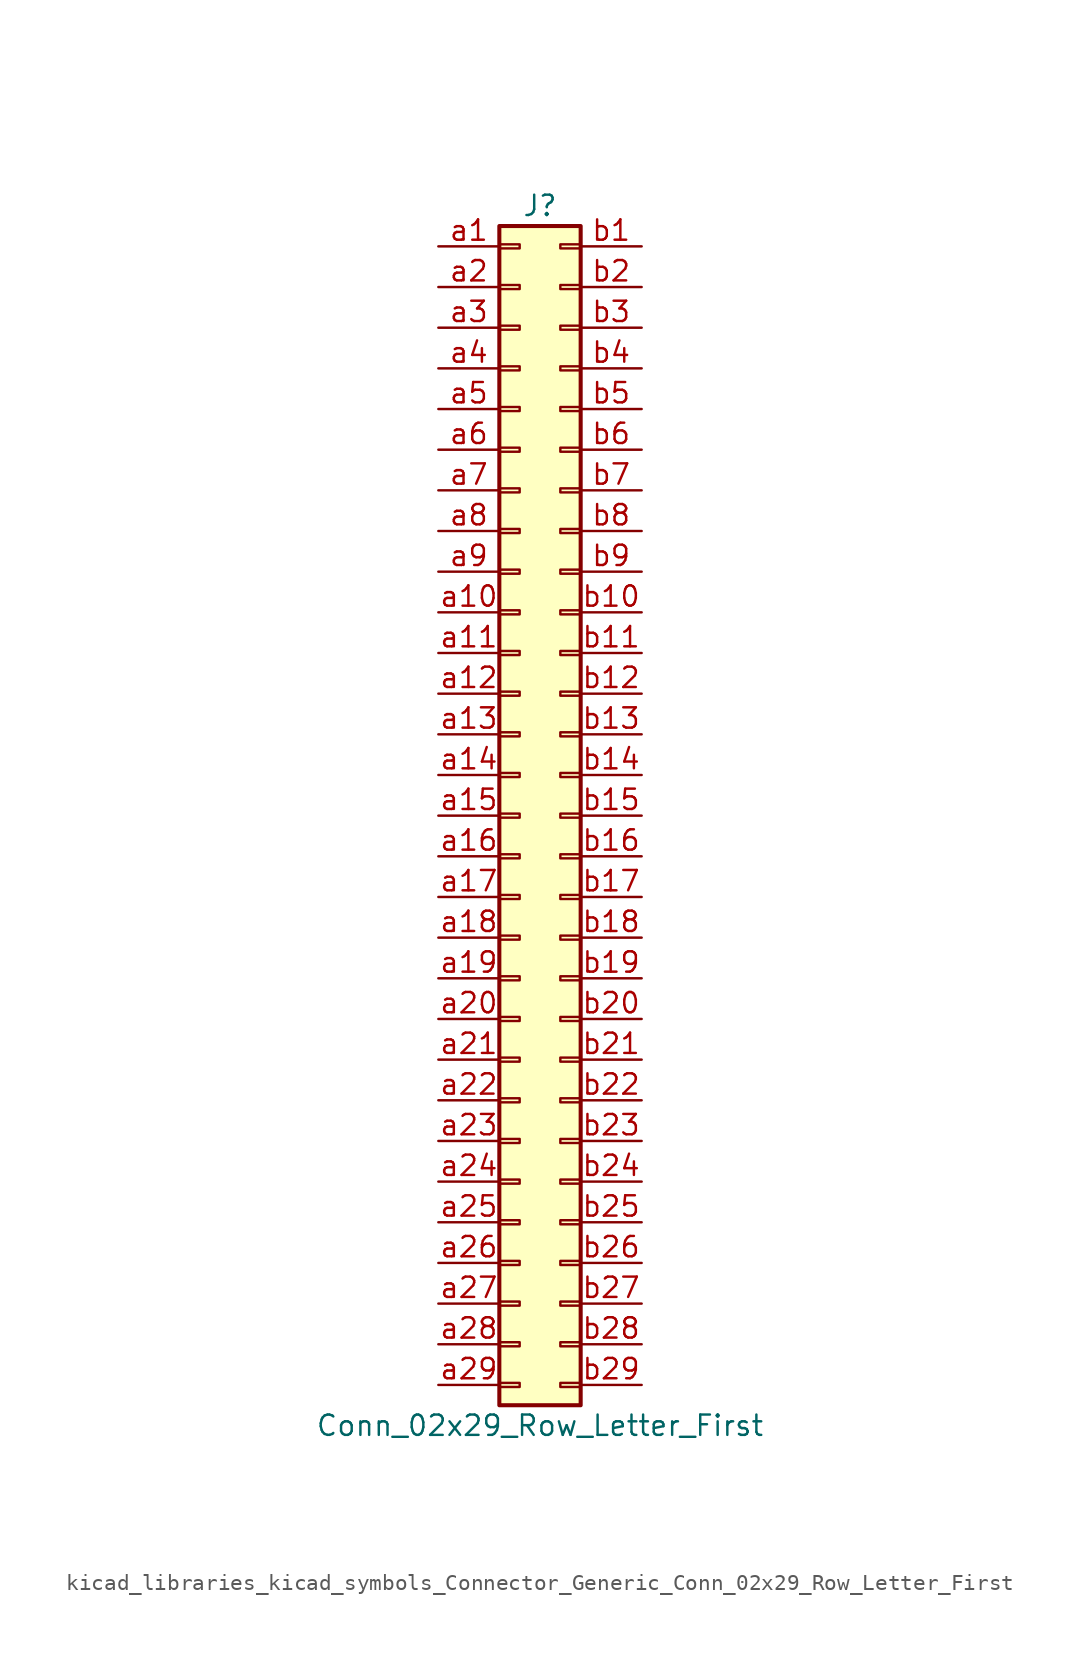
<source format=kicad_sym>
(kicad_symbol_lib
  (version 20220914)
  (generator kicad_symbol_editor)
  (symbol "kicad_libraries_kicad_symbols_Connector_Generic_Conn_02x29_Row_Letter_First"
    (pin_names
      (offset 1.016) hide)
    (property "Reference" "J"
      (at 1.27 38.1 0)
      (effects (font (size 1.27 1.27))))
    (property "Value" "Conn_02x29_Row_Letter_First"
      (at 1.27 -38.1 0)
      (effects (font (size 1.27 1.27))))
    (symbol "kicad_libraries_kicad_symbols_Connector_Generic_Conn_02x29_Row_Letter_First_1_1"
      (rectangle (start -1.27 -35.433) (end 0 -35.687) (stroke (width 0.152) (type default)) (fill (type none)))
      (rectangle (start -1.27 -32.893) (end 0 -33.147) (stroke (width 0.152) (type default)) (fill (type none)))
      (rectangle (start -1.27 -30.353) (end 0 -30.607) (stroke (width 0.152) (type default)) (fill (type none)))
      (rectangle (start -1.27 -27.813) (end 0 -28.067) (stroke (width 0.152) (type default)) (fill (type none)))
      (rectangle (start -1.27 -25.273) (end 0 -25.527) (stroke (width 0.152) (type default)) (fill (type none)))
      (rectangle (start -1.27 -22.733) (end 0 -22.987) (stroke (width 0.152) (type default)) (fill (type none)))
      (rectangle (start -1.27 -20.193) (end 0 -20.447) (stroke (width 0.152) (type default)) (fill (type none)))
      (rectangle (start -1.27 -17.653) (end 0 -17.907) (stroke (width 0.152) (type default)) (fill (type none)))
      (rectangle (start -1.27 -15.113) (end 0 -15.367) (stroke (width 0.152) (type default)) (fill (type none)))
      (rectangle (start -1.27 -12.573) (end 0 -12.827) (stroke (width 0.152) (type default)) (fill (type none)))
      (rectangle (start -1.27 -10.033) (end 0 -10.287) (stroke (width 0.152) (type default)) (fill (type none)))
      (rectangle (start -1.27 -7.493) (end 0 -7.747) (stroke (width 0.152) (type default)) (fill (type none)))
      (rectangle (start -1.27 -4.953) (end 0 -5.207) (stroke (width 0.152) (type default)) (fill (type none)))
      (rectangle (start -1.27 -2.413) (end 0 -2.667) (stroke (width 0.152) (type default)) (fill (type none)))
      (rectangle (start -1.27 0.127) (end 0 -0.127) (stroke (width 0.152) (type default)) (fill (type none)))
      (rectangle (start -1.27 2.667) (end 0 2.413) (stroke (width 0.152) (type default)) (fill (type none)))
      (rectangle (start -1.27 5.207) (end 0 4.953) (stroke (width 0.152) (type default)) (fill (type none)))
      (rectangle (start -1.27 7.747) (end 0 7.493) (stroke (width 0.152) (type default)) (fill (type none)))
      (rectangle (start -1.27 10.287) (end 0 10.033) (stroke (width 0.152) (type default)) (fill (type none)))
      (rectangle (start -1.27 12.827) (end 0 12.573) (stroke (width 0.152) (type default)) (fill (type none)))
      (rectangle (start -1.27 15.367) (end 0 15.113) (stroke (width 0.152) (type default)) (fill (type none)))
      (rectangle (start -1.27 17.907) (end 0 17.653) (stroke (width 0.152) (type default)) (fill (type none)))
      (rectangle (start -1.27 20.447) (end 0 20.193) (stroke (width 0.152) (type default)) (fill (type none)))
      (rectangle (start -1.27 22.987) (end 0 22.733) (stroke (width 0.152) (type default)) (fill (type none)))
      (rectangle (start -1.27 25.527) (end 0 25.273) (stroke (width 0.152) (type default)) (fill (type none)))
      (rectangle (start -1.27 28.067) (end 0 27.813) (stroke (width 0.152) (type default)) (fill (type none)))
      (rectangle (start -1.27 30.607) (end 0 30.353) (stroke (width 0.152) (type default)) (fill (type none)))
      (rectangle (start -1.27 33.147) (end 0 32.893) (stroke (width 0.152) (type default)) (fill (type none)))
      (rectangle (start -1.27 35.687) (end 0 35.433) (stroke (width 0.152) (type default)) (fill (type none)))
      (rectangle (start -1.27 36.83) (end 3.81 -36.83) (stroke (width 0.254) (type default)) (fill (type background)))
      (rectangle (start 3.81 -35.433) (end 2.54 -35.687) (stroke (width 0.152) (type default)) (fill (type none)))
      (rectangle (start 3.81 -32.893) (end 2.54 -33.147) (stroke (width 0.152) (type default)) (fill (type none)))
      (rectangle (start 3.81 -30.353) (end 2.54 -30.607) (stroke (width 0.152) (type default)) (fill (type none)))
      (rectangle (start 3.81 -27.813) (end 2.54 -28.067) (stroke (width 0.152) (type default)) (fill (type none)))
      (rectangle (start 3.81 -25.273) (end 2.54 -25.527) (stroke (width 0.152) (type default)) (fill (type none)))
      (rectangle (start 3.81 -22.733) (end 2.54 -22.987) (stroke (width 0.152) (type default)) (fill (type none)))
      (rectangle (start 3.81 -20.193) (end 2.54 -20.447) (stroke (width 0.152) (type default)) (fill (type none)))
      (rectangle (start 3.81 -17.653) (end 2.54 -17.907) (stroke (width 0.152) (type default)) (fill (type none)))
      (rectangle (start 3.81 -15.113) (end 2.54 -15.367) (stroke (width 0.152) (type default)) (fill (type none)))
      (rectangle (start 3.81 -12.573) (end 2.54 -12.827) (stroke (width 0.152) (type default)) (fill (type none)))
      (rectangle (start 3.81 -10.033) (end 2.54 -10.287) (stroke (width 0.152) (type default)) (fill (type none)))
      (rectangle (start 3.81 -7.493) (end 2.54 -7.747) (stroke (width 0.152) (type default)) (fill (type none)))
      (rectangle (start 3.81 -4.953) (end 2.54 -5.207) (stroke (width 0.152) (type default)) (fill (type none)))
      (rectangle (start 3.81 -2.413) (end 2.54 -2.667) (stroke (width 0.152) (type default)) (fill (type none)))
      (rectangle (start 3.81 0.127) (end 2.54 -0.127) (stroke (width 0.152) (type default)) (fill (type none)))
      (rectangle (start 3.81 2.667) (end 2.54 2.413) (stroke (width 0.152) (type default)) (fill (type none)))
      (rectangle (start 3.81 5.207) (end 2.54 4.953) (stroke (width 0.152) (type default)) (fill (type none)))
      (rectangle (start 3.81 7.747) (end 2.54 7.493) (stroke (width 0.152) (type default)) (fill (type none)))
      (rectangle (start 3.81 10.287) (end 2.54 10.033) (stroke (width 0.152) (type default)) (fill (type none)))
      (rectangle (start 3.81 12.827) (end 2.54 12.573) (stroke (width 0.152) (type default)) (fill (type none)))
      (rectangle (start 3.81 15.367) (end 2.54 15.113) (stroke (width 0.152) (type default)) (fill (type none)))
      (rectangle (start 3.81 17.907) (end 2.54 17.653) (stroke (width 0.152) (type default)) (fill (type none)))
      (rectangle (start 3.81 20.447) (end 2.54 20.193) (stroke (width 0.152) (type default)) (fill (type none)))
      (rectangle (start 3.81 22.987) (end 2.54 22.733) (stroke (width 0.152) (type default)) (fill (type none)))
      (rectangle (start 3.81 25.527) (end 2.54 25.273) (stroke (width 0.152) (type default)) (fill (type none)))
      (rectangle (start 3.81 28.067) (end 2.54 27.813) (stroke (width 0.152) (type default)) (fill (type none)))
      (rectangle (start 3.81 30.607) (end 2.54 30.353) (stroke (width 0.152) (type default)) (fill (type none)))
      (rectangle (start 3.81 33.147) (end 2.54 32.893) (stroke (width 0.152) (type default)) (fill (type none)))
      (rectangle (start 3.81 35.687) (end 2.54 35.433) (stroke (width 0.152) (type default)) (fill (type none)))
      (pin passive line (at -5.08 35.56 0) (length 3.81) (name "Pin_a1" (effects (font (size 1.27 1.27)))) (number "a1" (effects (font (size 1.27 1.27)))))
      (pin passive line (at -5.08 12.7 0) (length 3.81) (name "Pin_a10" (effects (font (size 1.27 1.27)))) (number "a10" (effects (font (size 1.27 1.27)))))
      (pin passive line (at -5.08 10.16 0) (length 3.81) (name "Pin_a11" (effects (font (size 1.27 1.27)))) (number "a11" (effects (font (size 1.27 1.27)))))
      (pin passive line (at -5.08 7.62 0) (length 3.81) (name "Pin_a12" (effects (font (size 1.27 1.27)))) (number "a12" (effects (font (size 1.27 1.27)))))
      (pin passive line (at -5.08 5.08 0) (length 3.81) (name "Pin_a13" (effects (font (size 1.27 1.27)))) (number "a13" (effects (font (size 1.27 1.27)))))
      (pin passive line (at -5.08 2.54 0) (length 3.81) (name "Pin_a14" (effects (font (size 1.27 1.27)))) (number "a14" (effects (font (size 1.27 1.27)))))
      (pin passive line (at -5.08 0 0) (length 3.81) (name "Pin_a15" (effects (font (size 1.27 1.27)))) (number "a15" (effects (font (size 1.27 1.27)))))
      (pin passive line (at -5.08 -2.54 0) (length 3.81) (name "Pin_a16" (effects (font (size 1.27 1.27)))) (number "a16" (effects (font (size 1.27 1.27)))))
      (pin passive line (at -5.08 -5.08 0) (length 3.81) (name "Pin_a17" (effects (font (size 1.27 1.27)))) (number "a17" (effects (font (size 1.27 1.27)))))
      (pin passive line (at -5.08 -7.62 0) (length 3.81) (name "Pin_a18" (effects (font (size 1.27 1.27)))) (number "a18" (effects (font (size 1.27 1.27)))))
      (pin passive line (at -5.08 -10.16 0) (length 3.81) (name "Pin_a19" (effects (font (size 1.27 1.27)))) (number "a19" (effects (font (size 1.27 1.27)))))
      (pin passive line (at -5.08 33.02 0) (length 3.81) (name "Pin_a2" (effects (font (size 1.27 1.27)))) (number "a2" (effects (font (size 1.27 1.27)))))
      (pin passive line (at -5.08 -12.7 0) (length 3.81) (name "Pin_a20" (effects (font (size 1.27 1.27)))) (number "a20" (effects (font (size 1.27 1.27)))))
      (pin passive line (at -5.08 -15.24 0) (length 3.81) (name "Pin_a21" (effects (font (size 1.27 1.27)))) (number "a21" (effects (font (size 1.27 1.27)))))
      (pin passive line (at -5.08 -17.78 0) (length 3.81) (name "Pin_a22" (effects (font (size 1.27 1.27)))) (number "a22" (effects (font (size 1.27 1.27)))))
      (pin passive line (at -5.08 -20.32 0) (length 3.81) (name "Pin_a23" (effects (font (size 1.27 1.27)))) (number "a23" (effects (font (size 1.27 1.27)))))
      (pin passive line (at -5.08 -22.86 0) (length 3.81) (name "Pin_a24" (effects (font (size 1.27 1.27)))) (number "a24" (effects (font (size 1.27 1.27)))))
      (pin passive line (at -5.08 -25.4 0) (length 3.81) (name "Pin_a25" (effects (font (size 1.27 1.27)))) (number "a25" (effects (font (size 1.27 1.27)))))
      (pin passive line (at -5.08 -27.94 0) (length 3.81) (name "Pin_a26" (effects (font (size 1.27 1.27)))) (number "a26" (effects (font (size 1.27 1.27)))))
      (pin passive line (at -5.08 -30.48 0) (length 3.81) (name "Pin_a27" (effects (font (size 1.27 1.27)))) (number "a27" (effects (font (size 1.27 1.27)))))
      (pin passive line (at -5.08 -33.02 0) (length 3.81) (name "Pin_a28" (effects (font (size 1.27 1.27)))) (number "a28" (effects (font (size 1.27 1.27)))))
      (pin passive line (at -5.08 -35.56 0) (length 3.81) (name "Pin_a29" (effects (font (size 1.27 1.27)))) (number "a29" (effects (font (size 1.27 1.27)))))
      (pin passive line (at -5.08 30.48 0) (length 3.81) (name "Pin_a3" (effects (font (size 1.27 1.27)))) (number "a3" (effects (font (size 1.27 1.27)))))
      (pin passive line (at -5.08 27.94 0) (length 3.81) (name "Pin_a4" (effects (font (size 1.27 1.27)))) (number "a4" (effects (font (size 1.27 1.27)))))
      (pin passive line (at -5.08 25.4 0) (length 3.81) (name "Pin_a5" (effects (font (size 1.27 1.27)))) (number "a5" (effects (font (size 1.27 1.27)))))
      (pin passive line (at -5.08 22.86 0) (length 3.81) (name "Pin_a6" (effects (font (size 1.27 1.27)))) (number "a6" (effects (font (size 1.27 1.27)))))
      (pin passive line (at -5.08 20.32 0) (length 3.81) (name "Pin_a7" (effects (font (size 1.27 1.27)))) (number "a7" (effects (font (size 1.27 1.27)))))
      (pin passive line (at -5.08 17.78 0) (length 3.81) (name "Pin_a8" (effects (font (size 1.27 1.27)))) (number "a8" (effects (font (size 1.27 1.27)))))
      (pin passive line (at -5.08 15.24 0) (length 3.81) (name "Pin_a9" (effects (font (size 1.27 1.27)))) (number "a9" (effects (font (size 1.27 1.27)))))
      (pin passive line (at 7.62 35.56 180) (length 3.81) (name "Pin_b1" (effects (font (size 1.27 1.27)))) (number "b1" (effects (font (size 1.27 1.27)))))
      (pin passive line (at 7.62 12.7 180) (length 3.81) (name "Pin_b10" (effects (font (size 1.27 1.27)))) (number "b10" (effects (font (size 1.27 1.27)))))
      (pin passive line (at 7.62 10.16 180) (length 3.81) (name "Pin_b11" (effects (font (size 1.27 1.27)))) (number "b11" (effects (font (size 1.27 1.27)))))
      (pin passive line (at 7.62 7.62 180) (length 3.81) (name "Pin_b12" (effects (font (size 1.27 1.27)))) (number "b12" (effects (font (size 1.27 1.27)))))
      (pin passive line (at 7.62 5.08 180) (length 3.81) (name "Pin_b13" (effects (font (size 1.27 1.27)))) (number "b13" (effects (font (size 1.27 1.27)))))
      (pin passive line (at 7.62 2.54 180) (length 3.81) (name "Pin_b14" (effects (font (size 1.27 1.27)))) (number "b14" (effects (font (size 1.27 1.27)))))
      (pin passive line (at 7.62 0 180) (length 3.81) (name "Pin_b15" (effects (font (size 1.27 1.27)))) (number "b15" (effects (font (size 1.27 1.27)))))
      (pin passive line (at 7.62 -2.54 180) (length 3.81) (name "Pin_b16" (effects (font (size 1.27 1.27)))) (number "b16" (effects (font (size 1.27 1.27)))))
      (pin passive line (at 7.62 -5.08 180) (length 3.81) (name "Pin_b17" (effects (font (size 1.27 1.27)))) (number "b17" (effects (font (size 1.27 1.27)))))
      (pin passive line (at 7.62 -7.62 180) (length 3.81) (name "Pin_b18" (effects (font (size 1.27 1.27)))) (number "b18" (effects (font (size 1.27 1.27)))))
      (pin passive line (at 7.62 -10.16 180) (length 3.81) (name "Pin_b19" (effects (font (size 1.27 1.27)))) (number "b19" (effects (font (size 1.27 1.27)))))
      (pin passive line (at 7.62 33.02 180) (length 3.81) (name "Pin_b2" (effects (font (size 1.27 1.27)))) (number "b2" (effects (font (size 1.27 1.27)))))
      (pin passive line (at 7.62 -12.7 180) (length 3.81) (name "Pin_b20" (effects (font (size 1.27 1.27)))) (number "b20" (effects (font (size 1.27 1.27)))))
      (pin passive line (at 7.62 -15.24 180) (length 3.81) (name "Pin_b21" (effects (font (size 1.27 1.27)))) (number "b21" (effects (font (size 1.27 1.27)))))
      (pin passive line (at 7.62 -17.78 180) (length 3.81) (name "Pin_b22" (effects (font (size 1.27 1.27)))) (number "b22" (effects (font (size 1.27 1.27)))))
      (pin passive line (at 7.62 -20.32 180) (length 3.81) (name "Pin_b23" (effects (font (size 1.27 1.27)))) (number "b23" (effects (font (size 1.27 1.27)))))
      (pin passive line (at 7.62 -22.86 180) (length 3.81) (name "Pin_b24" (effects (font (size 1.27 1.27)))) (number "b24" (effects (font (size 1.27 1.27)))))
      (pin passive line (at 7.62 -25.4 180) (length 3.81) (name "Pin_b25" (effects (font (size 1.27 1.27)))) (number "b25" (effects (font (size 1.27 1.27)))))
      (pin passive line (at 7.62 -27.94 180) (length 3.81) (name "Pin_b26" (effects (font (size 1.27 1.27)))) (number "b26" (effects (font (size 1.27 1.27)))))
      (pin passive line (at 7.62 -30.48 180) (length 3.81) (name "Pin_b27" (effects (font (size 1.27 1.27)))) (number "b27" (effects (font (size 1.27 1.27)))))
      (pin passive line (at 7.62 -33.02 180) (length 3.81) (name "Pin_b28" (effects (font (size 1.27 1.27)))) (number "b28" (effects (font (size 1.27 1.27)))))
      (pin passive line (at 7.62 -35.56 180) (length 3.81) (name "Pin_b29" (effects (font (size 1.27 1.27)))) (number "b29" (effects (font (size 1.27 1.27)))))
      (pin passive line (at 7.62 30.48 180) (length 3.81) (name "Pin_b3" (effects (font (size 1.27 1.27)))) (number "b3" (effects (font (size 1.27 1.27)))))
      (pin passive line (at 7.62 27.94 180) (length 3.81) (name "Pin_b4" (effects (font (size 1.27 1.27)))) (number "b4" (effects (font (size 1.27 1.27)))))
      (pin passive line (at 7.62 25.4 180) (length 3.81) (name "Pin_b5" (effects (font (size 1.27 1.27)))) (number "b5" (effects (font (size 1.27 1.27)))))
      (pin passive line (at 7.62 22.86 180) (length 3.81) (name "Pin_b6" (effects (font (size 1.27 1.27)))) (number "b6" (effects (font (size 1.27 1.27)))))
      (pin passive line (at 7.62 20.32 180) (length 3.81) (name "Pin_b7" (effects (font (size 1.27 1.27)))) (number "b7" (effects (font (size 1.27 1.27)))))
      (pin passive line (at 7.62 17.78 180) (length 3.81) (name "Pin_b8" (effects (font (size 1.27 1.27)))) (number "b8" (effects (font (size 1.27 1.27)))))
      (pin passive line (at 7.62 15.24 180) (length 3.81) (name "Pin_b9" (effects (font (size 1.27 1.27)))) (number "b9" (effects (font (size 1.27 1.27))))))))
</source>
